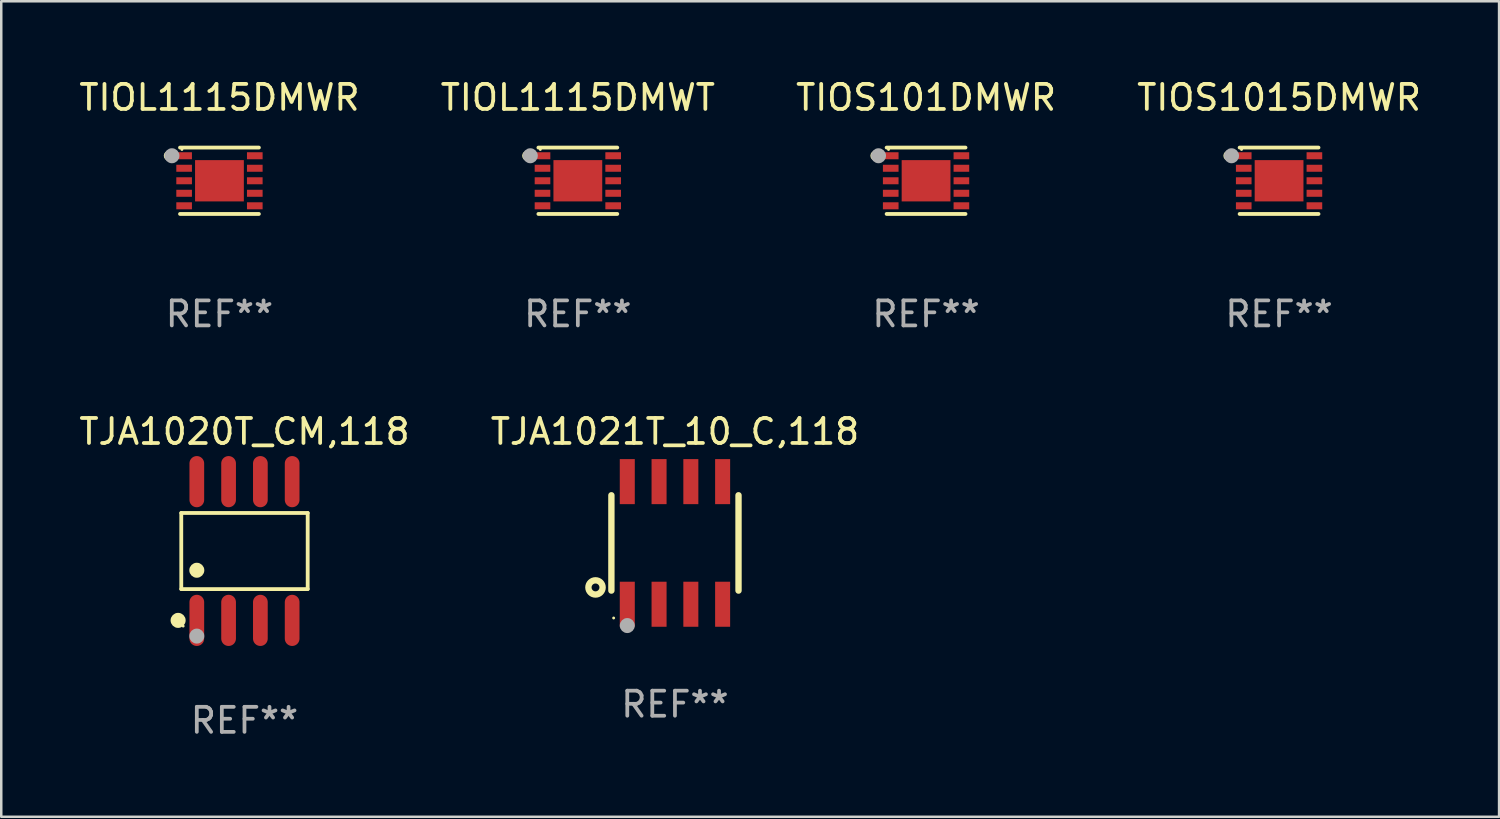
<source format=kicad_pcb>
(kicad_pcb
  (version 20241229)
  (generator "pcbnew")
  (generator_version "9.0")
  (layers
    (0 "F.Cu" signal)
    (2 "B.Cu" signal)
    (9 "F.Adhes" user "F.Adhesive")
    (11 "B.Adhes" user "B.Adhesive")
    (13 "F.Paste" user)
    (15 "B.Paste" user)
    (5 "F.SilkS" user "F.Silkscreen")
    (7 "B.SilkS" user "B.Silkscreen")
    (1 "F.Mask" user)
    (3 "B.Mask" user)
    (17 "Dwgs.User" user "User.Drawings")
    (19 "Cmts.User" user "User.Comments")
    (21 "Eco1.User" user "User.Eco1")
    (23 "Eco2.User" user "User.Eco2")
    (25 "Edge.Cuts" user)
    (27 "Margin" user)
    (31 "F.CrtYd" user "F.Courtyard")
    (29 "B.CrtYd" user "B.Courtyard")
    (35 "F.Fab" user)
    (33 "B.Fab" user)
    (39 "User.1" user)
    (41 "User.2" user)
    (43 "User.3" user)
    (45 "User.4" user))
  (footprint "TIOS101DMWR"
    (layer "F.Cu")
    (at 33.958 4.174)
    (property "Reference" "TIOS101DMWR" (at 0 -3.326 0) (layer "F.SilkS") (effects (font (size 1 1) (thickness 0.15))))
    (attr through_hole)
    (fp_line (start -1.576 -1.326) (end 1.576 -1.326) (stroke (width 0.152) (type solid)) (layer "F.SilkS"))
    (fp_line (start 1.576 1.326) (end -1.576 1.326) (stroke (width 0.152) (type solid)) (layer "F.SilkS"))
    (fp_circle (center -2.025 -1) (end -1.925 -1) (stroke (width 0.2) (type solid)) (fill no) (layer "F.SilkS"))
    (fp_circle (center -1.5 -1.25) (end -1.47 -1.25) (stroke (width 0.06) (type solid)) (fill no) (layer "F.SilkS"))
    (fp_circle (center -1.9 -1) (end -1.75 -1) (stroke (width 0.3) (type solid)) (fill no) (layer "F.Fab"))
    (fp_text user "REF**" (at 0 5.326 0) (layer "F.Fab") (effects (font (size 1 1) (thickness 0.15))))
    (pad "1" smd rect (at -1.412 -1) (size 0.625 0.28) (layers "F.Cu" "F.Mask" "F.Paste"))
    (pad "2" smd rect (at -1.412 -0.5) (size 0.625 0.28) (layers "F.Cu" "F.Mask" "F.Paste"))
    (pad "3" smd rect (at -1.412 0) (size 0.625 0.28) (layers "F.Cu" "F.Mask" "F.Paste"))
    (pad "4" smd rect (at -1.412 0.5) (size 0.625 0.28) (layers "F.Cu" "F.Mask" "F.Paste"))
    (pad "5" smd rect (at -1.412 1) (size 0.625 0.28) (layers "F.Cu" "F.Mask" "F.Paste"))
    (pad "6" smd rect (at 1.412 1) (size 0.625 0.28) (layers "F.Cu" "F.Mask" "F.Paste"))
    (pad "7" smd rect (at 1.412 0.5) (size 0.625 0.28) (layers "F.Cu" "F.Mask" "F.Paste"))
    (pad "8" smd rect (at 1.412 0) (size 0.625 0.28) (layers "F.Cu" "F.Mask" "F.Paste"))
    (pad "9" smd rect (at 1.412 -0.5) (size 0.625 0.28) (layers "F.Cu" "F.Mask" "F.Paste"))
    (pad "10" smd rect (at 1.412 -1) (size 0.625 0.28) (layers "F.Cu" "F.Mask" "F.Paste"))
    (pad "11" smd rect (at 0 0) (size 1.95 1.65) (layers "F.Cu" "F.Mask" "F.Paste")))
  (footprint "TJA1020T_CM,118"
    (layer "F.Cu")
    (at 6.72 18.97)
    (property "Reference" "TJA1020T_CM,118" (at 0 -4.772 0) (layer "F.SilkS") (effects (font (size 1 1) (thickness 0.15))))
    (attr through_hole)
    (fp_line (start -2.526 -1.521) (end 2.526 -1.521) (stroke (width 0.152) (type solid)) (layer "F.SilkS"))
    (fp_line (start -2.526 1.521) (end -2.526 -1.521) (stroke (width 0.152) (type solid)) (layer "F.SilkS"))
    (fp_line (start 2.526 -1.521) (end 2.526 1.521) (stroke (width 0.152) (type solid)) (layer "F.SilkS"))
    (fp_line (start 2.526 1.521) (end -2.526 1.521) (stroke (width 0.152) (type solid)) (layer "F.SilkS"))
    (fp_circle (center -2.652 2.772) (end -2.501 2.772) (stroke (width 0.3) (type solid)) (fill no) (layer "F.SilkS"))
    (fp_circle (center -2.45 3) (end -2.42 3) (stroke (width 0.06) (type solid)) (fill no) (layer "F.SilkS"))
    (fp_circle (center -1.905 0.769) (end -1.755 0.769) (stroke (width 0.3) (type solid)) (fill no) (layer "F.SilkS"))
    (fp_circle (center -1.905 3.4) (end -1.755 3.4) (stroke (width 0.3) (type solid)) (fill no) (layer "F.Fab"))
    (fp_text user "REF**" (at 0 6.772 0) (layer "F.Fab") (effects (font (size 1 1) (thickness 0.15))))
    (pad "1" smd oval (at -1.905 2.772) (size 0.588 2.045) (layers "F.Cu" "F.Mask" "F.Paste"))
    (pad "2" smd oval (at -0.635 2.772) (size 0.588 2.045) (layers "F.Cu" "F.Mask" "F.Paste"))
    (pad "3" smd oval (at 0.635 2.772) (size 0.588 2.045) (layers "F.Cu" "F.Mask" "F.Paste"))
    (pad "4" smd oval (at 1.905 2.772) (size 0.588 2.045) (layers "F.Cu" "F.Mask" "F.Paste"))
    (pad "5" smd oval (at 1.905 -2.772) (size 0.588 2.045) (layers "F.Cu" "F.Mask" "F.Paste"))
    (pad "6" smd oval (at 0.635 -2.772) (size 0.588 2.045) (layers "F.Cu" "F.Mask" "F.Paste"))
    (pad "7" smd oval (at -0.635 -2.772) (size 0.588 2.045) (layers "F.Cu" "F.Mask" "F.Paste"))
    (pad "8" smd oval (at -1.905 -2.772) (size 0.588 2.045) (layers "F.Cu" "F.Mask" "F.Paste")))
  (footprint "TIOL1115DMWT"
    (layer "F.Cu")
    (at 20.042 4.174)
    (property "Reference" "TIOL1115DMWT" (at 0 -3.326 0) (layer "F.SilkS") (effects (font (size 1 1) (thickness 0.15))))
    (attr through_hole)
    (fp_line (start -1.576 -1.326) (end 1.576 -1.326) (stroke (width 0.152) (type solid)) (layer "F.SilkS"))
    (fp_line (start 1.576 1.326) (end -1.576 1.326) (stroke (width 0.152) (type solid)) (layer "F.SilkS"))
    (fp_circle (center -2.025 -1) (end -1.925 -1) (stroke (width 0.2) (type solid)) (fill no) (layer "F.SilkS"))
    (fp_circle (center -1.5 -1.25) (end -1.47 -1.25) (stroke (width 0.06) (type solid)) (fill no) (layer "F.SilkS"))
    (fp_circle (center -1.9 -1) (end -1.75 -1) (stroke (width 0.3) (type solid)) (fill no) (layer "F.Fab"))
    (fp_text user "REF**" (at 0 5.326 0) (layer "F.Fab") (effects (font (size 1 1) (thickness 0.15))))
    (pad "1" smd rect (at -1.412 -1) (size 0.625 0.28) (layers "F.Cu" "F.Mask" "F.Paste"))
    (pad "2" smd rect (at -1.412 -0.5) (size 0.625 0.28) (layers "F.Cu" "F.Mask" "F.Paste"))
    (pad "3" smd rect (at -1.412 0) (size 0.625 0.28) (layers "F.Cu" "F.Mask" "F.Paste"))
    (pad "4" smd rect (at -1.412 0.5) (size 0.625 0.28) (layers "F.Cu" "F.Mask" "F.Paste"))
    (pad "5" smd rect (at -1.412 1) (size 0.625 0.28) (layers "F.Cu" "F.Mask" "F.Paste"))
    (pad "6" smd rect (at 1.412 1) (size 0.625 0.28) (layers "F.Cu" "F.Mask" "F.Paste"))
    (pad "7" smd rect (at 1.412 0.5) (size 0.625 0.28) (layers "F.Cu" "F.Mask" "F.Paste"))
    (pad "8" smd rect (at 1.412 0) (size 0.625 0.28) (layers "F.Cu" "F.Mask" "F.Paste"))
    (pad "9" smd rect (at 1.412 -0.5) (size 0.625 0.28) (layers "F.Cu" "F.Mask" "F.Paste"))
    (pad "10" smd rect (at 1.412 -1) (size 0.625 0.28) (layers "F.Cu" "F.Mask" "F.Paste"))
    (pad "11" smd rect (at 0 0) (size 1.95 1.65) (layers "F.Cu" "F.Mask" "F.Paste")))
  (footprint "TJA1021T_10_C,118"
    (layer "F.Cu")
    (at 23.923 18.647)
    (property "Reference" "TJA1021T_10_C,118" (at 0 -4.45 0) (layer "F.SilkS") (effects (font (size 1 1) (thickness 0.15))))
    (attr through_hole)
    (fp_line (start -2.54 -1.905) (end -2.54 1.905) (stroke (width 0.254) (type solid)) (layer "F.SilkS"))
    (fp_line (start 2.54 -1.905) (end 2.54 1.905) (stroke (width 0.254) (type solid)) (layer "F.SilkS"))
    (fp_circle (center -3.175 1.778) (end -2.891 1.778) (stroke (width 0.254) (type solid)) (fill no) (layer "F.SilkS"))
    (fp_circle (center -2.45 3) (end -2.42 3) (stroke (width 0.06) (type solid)) (fill no) (layer "F.SilkS"))
    (fp_circle (center -1.905 3.302) (end -1.755 3.302) (stroke (width 0.3) (type solid)) (fill no) (layer "F.Fab"))
    (fp_text user "REF**" (at 0 6.45 0) (layer "F.Fab") (effects (font (size 1 1) (thickness 0.15))))
    (pad "1" smd rect (at -1.905 2.45) (size 0.6 1.8) (layers "F.Cu" "F.Mask" "F.Paste"))
    (pad "2" smd rect (at -0.635 2.45) (size 0.6 1.8) (layers "F.Cu" "F.Mask" "F.Paste"))
    (pad "3" smd rect (at 0.635 2.45) (size 0.6 1.8) (layers "F.Cu" "F.Mask" "F.Paste"))
    (pad "4" smd rect (at 1.905 2.45) (size 0.6 1.8) (layers "F.Cu" "F.Mask" "F.Paste"))
    (pad "5" smd rect (at 1.905 -2.45 180) (size 0.6 1.8) (layers "F.Cu" "F.Mask" "F.Paste"))
    (pad "6" smd rect (at 0.635 -2.45 180) (size 0.6 1.8) (layers "F.Cu" "F.Mask" "F.Paste"))
    (pad "7" smd rect (at -0.635 -2.45 180) (size 0.6 1.8) (layers "F.Cu" "F.Mask" "F.Paste"))
    (pad "8" smd rect (at -1.905 -2.45 180) (size 0.6 1.8) (layers "F.Cu" "F.Mask" "F.Paste")))
  (footprint "TIOL1115DMWR"
    (layer "F.Cu")
    (at 5.72 4.174)
    (property "Reference" "TIOL1115DMWR" (at 0 -3.326 0) (layer "F.SilkS") (effects (font (size 1 1) (thickness 0.15))))
    (attr through_hole)
    (fp_line (start -1.576 -1.326) (end 1.576 -1.326) (stroke (width 0.152) (type solid)) (layer "F.SilkS"))
    (fp_line (start 1.576 1.326) (end -1.576 1.326) (stroke (width 0.152) (type solid)) (layer "F.SilkS"))
    (fp_circle (center -2.025 -1) (end -1.925 -1) (stroke (width 0.2) (type solid)) (fill no) (layer "F.SilkS"))
    (fp_circle (center -1.5 -1.25) (end -1.47 -1.25) (stroke (width 0.06) (type solid)) (fill no) (layer "F.SilkS"))
    (fp_circle (center -1.9 -1) (end -1.75 -1) (stroke (width 0.3) (type solid)) (fill no) (layer "F.Fab"))
    (fp_text user "REF**" (at 0 5.326 0) (layer "F.Fab") (effects (font (size 1 1) (thickness 0.15))))
    (pad "1" smd rect (at -1.412 -1) (size 0.625 0.28) (layers "F.Cu" "F.Mask" "F.Paste"))
    (pad "2" smd rect (at -1.412 -0.5) (size 0.625 0.28) (layers "F.Cu" "F.Mask" "F.Paste"))
    (pad "3" smd rect (at -1.412 0) (size 0.625 0.28) (layers "F.Cu" "F.Mask" "F.Paste"))
    (pad "4" smd rect (at -1.412 0.5) (size 0.625 0.28) (layers "F.Cu" "F.Mask" "F.Paste"))
    (pad "5" smd rect (at -1.412 1) (size 0.625 0.28) (layers "F.Cu" "F.Mask" "F.Paste"))
    (pad "6" smd rect (at 1.412 1) (size 0.625 0.28) (layers "F.Cu" "F.Mask" "F.Paste"))
    (pad "7" smd rect (at 1.412 0.5) (size 0.625 0.28) (layers "F.Cu" "F.Mask" "F.Paste"))
    (pad "8" smd rect (at 1.412 0) (size 0.625 0.28) (layers "F.Cu" "F.Mask" "F.Paste"))
    (pad "9" smd rect (at 1.412 -0.5) (size 0.625 0.28) (layers "F.Cu" "F.Mask" "F.Paste"))
    (pad "10" smd rect (at 1.412 -1) (size 0.625 0.28) (layers "F.Cu" "F.Mask" "F.Paste"))
    (pad "11" smd rect (at 0 0) (size 1.95 1.65) (layers "F.Cu" "F.Mask" "F.Paste")))
  (footprint "TIOS1015DMWR"
    (layer "F.Cu")
    (at 48.065 4.174)
    (property "Reference" "TIOS1015DMWR" (at 0 -3.326 0) (layer "F.SilkS") (effects (font (size 1 1) (thickness 0.15))))
    (attr through_hole)
    (fp_line (start -1.576 -1.326) (end 1.576 -1.326) (stroke (width 0.152) (type solid)) (layer "F.SilkS"))
    (fp_line (start 1.576 1.326) (end -1.576 1.326) (stroke (width 0.152) (type solid)) (layer "F.SilkS"))
    (fp_circle (center -2.025 -1) (end -1.925 -1) (stroke (width 0.2) (type solid)) (fill no) (layer "F.SilkS"))
    (fp_circle (center -1.5 -1.25) (end -1.47 -1.25) (stroke (width 0.06) (type solid)) (fill no) (layer "F.SilkS"))
    (fp_circle (center -1.9 -1) (end -1.75 -1) (stroke (width 0.3) (type solid)) (fill no) (layer "F.Fab"))
    (fp_text user "REF**" (at 0 5.326 0) (layer "F.Fab") (effects (font (size 1 1) (thickness 0.15))))
    (pad "1" smd rect (at -1.412 -1) (size 0.625 0.28) (layers "F.Cu" "F.Mask" "F.Paste"))
    (pad "2" smd rect (at -1.412 -0.5) (size 0.625 0.28) (layers "F.Cu" "F.Mask" "F.Paste"))
    (pad "3" smd rect (at -1.412 0) (size 0.625 0.28) (layers "F.Cu" "F.Mask" "F.Paste"))
    (pad "4" smd rect (at -1.412 0.5) (size 0.625 0.28) (layers "F.Cu" "F.Mask" "F.Paste"))
    (pad "5" smd rect (at -1.412 1) (size 0.625 0.28) (layers "F.Cu" "F.Mask" "F.Paste"))
    (pad "6" smd rect (at 1.412 1) (size 0.625 0.28) (layers "F.Cu" "F.Mask" "F.Paste"))
    (pad "7" smd rect (at 1.412 0.5) (size 0.625 0.28) (layers "F.Cu" "F.Mask" "F.Paste"))
    (pad "8" smd rect (at 1.412 0) (size 0.625 0.28) (layers "F.Cu" "F.Mask" "F.Paste"))
    (pad "9" smd rect (at 1.412 -0.5) (size 0.625 0.28) (layers "F.Cu" "F.Mask" "F.Paste"))
    (pad "10" smd rect (at 1.412 -1) (size 0.625 0.28) (layers "F.Cu" "F.Mask" "F.Paste"))
    (pad "11" smd rect (at 0 0) (size 1.95 1.65) (layers "F.Cu" "F.Mask" "F.Paste")))
  (gr_rect
    (start -3 -3)
    (end 56.857 29.59)
    (stroke (width 0.1) (type default))
    (fill no)
    (layer "Edge.Cuts")))
</source>
